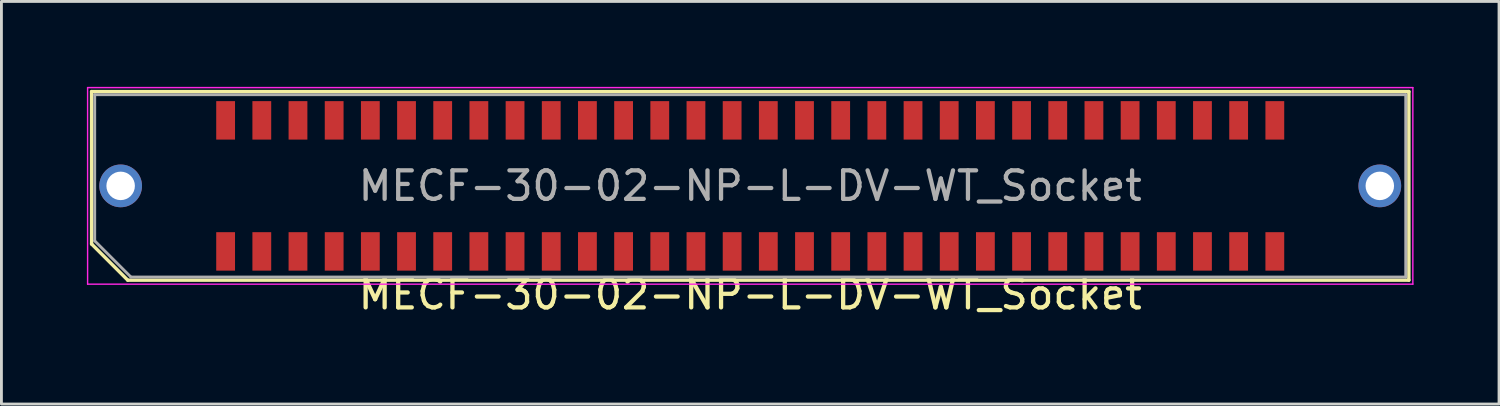
<source format=kicad_pcb>
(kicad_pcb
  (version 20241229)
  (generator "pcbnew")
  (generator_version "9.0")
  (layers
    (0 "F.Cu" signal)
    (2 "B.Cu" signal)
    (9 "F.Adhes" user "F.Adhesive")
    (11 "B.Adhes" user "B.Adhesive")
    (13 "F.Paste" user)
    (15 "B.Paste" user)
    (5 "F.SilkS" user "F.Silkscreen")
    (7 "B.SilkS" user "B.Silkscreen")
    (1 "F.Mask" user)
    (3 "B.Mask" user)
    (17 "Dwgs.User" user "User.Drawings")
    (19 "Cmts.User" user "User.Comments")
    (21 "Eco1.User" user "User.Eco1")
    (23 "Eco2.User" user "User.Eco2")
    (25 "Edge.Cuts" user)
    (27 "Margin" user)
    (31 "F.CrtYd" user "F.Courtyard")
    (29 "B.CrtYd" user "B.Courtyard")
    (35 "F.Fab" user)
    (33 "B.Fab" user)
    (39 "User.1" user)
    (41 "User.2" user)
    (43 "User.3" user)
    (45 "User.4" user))
  (footprint "MECF-30-02-NP-L-DV-WT_Socket"
    (layer "F.Cu")
    (at 23.285 3.475)
    (property "Reference" "MECF-30-02-NP-L-DV-WT_Socket" (at 0 3.81 0) (layer "F.SilkS") (effects (font (size 1 1) (thickness 0.15))))
    (attr smd)
    (fp_line (start -23.12 -3.31) (end 23.12 -3.31) (stroke (width 0.12) (type solid)) (layer "F.SilkS"))
    (fp_line (start -23.12 2.04) (end -23.12 -3.31) (stroke (width 0.12) (type solid)) (layer "F.SilkS"))
    (fp_line (start -21.85 3.31) (end -23.12 2.04) (stroke (width 0.12) (type solid)) (layer "F.SilkS"))
    (fp_line (start -21.85 3.31) (end 23.12 3.31) (stroke (width 0.12) (type solid)) (layer "F.SilkS"))
    (fp_line (start 23.12 3.31) (end 23.12 -3.31) (stroke (width 0.12) (type solid)) (layer "F.SilkS"))
    (fp_line (start -23.26 -3.45) (end -23.26 3.45) (stroke (width 0.05) (type solid)) (layer "F.CrtYd"))
    (fp_line (start -23.26 3.45) (end 23.26 3.45) (stroke (width 0.05) (type solid)) (layer "F.CrtYd"))
    (fp_line (start 23.26 -3.45) (end -23.26 -3.45) (stroke (width 0.05) (type solid)) (layer "F.CrtYd"))
    (fp_line (start 23.26 3.45) (end 23.26 -3.45) (stroke (width 0.05) (type solid)) (layer "F.CrtYd"))
    (fp_line (start -23.01 -3.2) (end 23.01 -3.2) (stroke (width 0.1) (type solid)) (layer "F.Fab"))
    (fp_line (start -23.01 1.93) (end -23.01 -3.2) (stroke (width 0.1) (type solid)) (layer "F.Fab"))
    (fp_line (start -23.01 1.93) (end -21.74 3.2) (stroke (width 0.1) (type solid)) (layer "F.Fab"))
    (fp_line (start -21.74 3.2) (end 23.01 3.2) (stroke (width 0.1) (type solid)) (layer "F.Fab"))
    (fp_line (start 23.01 3.2) (end 23.01 -3.2) (stroke (width 0.1) (type solid)) (layer "F.Fab"))
    (fp_text user "${REFERENCE}" (at 0 0 0) (layer "F.Fab") (effects (font (size 1 1) (thickness 0.15))))
    (pad "" thru_hole circle (at -22.1 0) (size 1.5 1.5) (drill 1) (layers "*.Cu" "*.Mask"))
    (pad "" np_thru_hole circle (at -20.195 0) (size 0.001 0.001) (drill 1.45) (layers "*.Cu" "*.Mask"))
    (pad "" np_thru_hole circle (at 20.195 1) (size 0.001 0.001) (drill 1.45) (layers "*.Cu" "*.Mask"))
    (pad "" thru_hole circle (at 22.1 0) (size 1.5 1.5) (drill 1) (layers "*.Cu" "*.Mask"))
    (pad "1" smd rect (at -18.415 2.3) (size 0.66 1.35) (layers "F.Cu" "F.Mask" "F.Paste"))
    (pad "2" smd rect (at -18.415 -2.3) (size 0.66 1.35) (layers "F.Cu" "F.Mask" "F.Paste"))
    (pad "3" smd rect (at -17.145 2.3) (size 0.66 1.35) (layers "F.Cu" "F.Mask" "F.Paste"))
    (pad "4" smd rect (at -17.145 -2.3) (size 0.66 1.35) (layers "F.Cu" "F.Mask" "F.Paste"))
    (pad "5" smd rect (at -15.875 2.3) (size 0.66 1.35) (layers "F.Cu" "F.Mask" "F.Paste"))
    (pad "6" smd rect (at -15.875 -2.3) (size 0.66 1.35) (layers "F.Cu" "F.Mask" "F.Paste"))
    (pad "7" smd rect (at -14.605 2.3) (size 0.66 1.35) (layers "F.Cu" "F.Mask" "F.Paste"))
    (pad "8" smd rect (at -14.605 -2.3) (size 0.66 1.35) (layers "F.Cu" "F.Mask" "F.Paste"))
    (pad "9" smd rect (at -13.335 2.3) (size 0.66 1.35) (layers "F.Cu" "F.Mask" "F.Paste"))
    (pad "10" smd rect (at -13.335 -2.3) (size 0.66 1.35) (layers "F.Cu" "F.Mask" "F.Paste"))
    (pad "11" smd rect (at -12.065 2.3) (size 0.66 1.35) (layers "F.Cu" "F.Mask" "F.Paste"))
    (pad "12" smd rect (at -12.065 -2.3) (size 0.66 1.35) (layers "F.Cu" "F.Mask" "F.Paste"))
    (pad "13" smd rect (at -10.795 2.3) (size 0.66 1.35) (layers "F.Cu" "F.Mask" "F.Paste"))
    (pad "14" smd rect (at -10.795 -2.3) (size 0.66 1.35) (layers "F.Cu" "F.Mask" "F.Paste"))
    (pad "15" smd rect (at -9.525 2.3) (size 0.66 1.35) (layers "F.Cu" "F.Mask" "F.Paste"))
    (pad "16" smd rect (at -9.525 -2.3) (size 0.66 1.35) (layers "F.Cu" "F.Mask" "F.Paste"))
    (pad "17" smd rect (at -8.255 2.3) (size 0.66 1.35) (layers "F.Cu" "F.Mask" "F.Paste"))
    (pad "18" smd rect (at -8.255 -2.3) (size 0.66 1.35) (layers "F.Cu" "F.Mask" "F.Paste"))
    (pad "19" smd rect (at -6.985 2.3) (size 0.66 1.35) (layers "F.Cu" "F.Mask" "F.Paste"))
    (pad "20" smd rect (at -6.985 -2.3) (size 0.66 1.35) (layers "F.Cu" "F.Mask" "F.Paste"))
    (pad "21" smd rect (at -5.715 2.3) (size 0.66 1.35) (layers "F.Cu" "F.Mask" "F.Paste"))
    (pad "22" smd rect (at -5.715 -2.3) (size 0.66 1.35) (layers "F.Cu" "F.Mask" "F.Paste"))
    (pad "23" smd rect (at -4.445 2.3) (size 0.66 1.35) (layers "F.Cu" "F.Mask" "F.Paste"))
    (pad "24" smd rect (at -4.445 -2.3) (size 0.66 1.35) (layers "F.Cu" "F.Mask" "F.Paste"))
    (pad "25" smd rect (at -3.175 2.3) (size 0.66 1.35) (layers "F.Cu" "F.Mask" "F.Paste"))
    (pad "26" smd rect (at -3.175 -2.3) (size 0.66 1.35) (layers "F.Cu" "F.Mask" "F.Paste"))
    (pad "27" smd rect (at -1.905 2.3) (size 0.66 1.35) (layers "F.Cu" "F.Mask" "F.Paste"))
    (pad "28" smd rect (at -1.905 -2.3) (size 0.66 1.35) (layers "F.Cu" "F.Mask" "F.Paste"))
    (pad "29" smd rect (at -0.635 2.3) (size 0.66 1.35) (layers "F.Cu" "F.Mask" "F.Paste"))
    (pad "30" smd rect (at -0.635 -2.3) (size 0.66 1.35) (layers "F.Cu" "F.Mask" "F.Paste"))
    (pad "31" smd rect (at 0.635 2.3) (size 0.66 1.35) (layers "F.Cu" "F.Mask" "F.Paste"))
    (pad "32" smd rect (at 0.635 -2.3) (size 0.66 1.35) (layers "F.Cu" "F.Mask" "F.Paste"))
    (pad "33" smd rect (at 1.905 2.3) (size 0.66 1.35) (layers "F.Cu" "F.Mask" "F.Paste"))
    (pad "34" smd rect (at 1.905 -2.3) (size 0.66 1.35) (layers "F.Cu" "F.Mask" "F.Paste"))
    (pad "35" smd rect (at 3.175 2.3) (size 0.66 1.35) (layers "F.Cu" "F.Mask" "F.Paste"))
    (pad "36" smd rect (at 3.175 -2.3) (size 0.66 1.35) (layers "F.Cu" "F.Mask" "F.Paste"))
    (pad "37" smd rect (at 4.445 2.3) (size 0.66 1.35) (layers "F.Cu" "F.Mask" "F.Paste"))
    (pad "38" smd rect (at 4.445 -2.3) (size 0.66 1.35) (layers "F.Cu" "F.Mask" "F.Paste"))
    (pad "39" smd rect (at 5.715 2.3) (size 0.66 1.35) (layers "F.Cu" "F.Mask" "F.Paste"))
    (pad "40" smd rect (at 5.715 -2.3) (size 0.66 1.35) (layers "F.Cu" "F.Mask" "F.Paste"))
    (pad "41" smd rect (at 6.985 2.3) (size 0.66 1.35) (layers "F.Cu" "F.Mask" "F.Paste"))
    (pad "42" smd rect (at 6.985 -2.3) (size 0.66 1.35) (layers "F.Cu" "F.Mask" "F.Paste"))
    (pad "43" smd rect (at 8.255 2.3) (size 0.66 1.35) (layers "F.Cu" "F.Mask" "F.Paste"))
    (pad "44" smd rect (at 8.255 -2.3) (size 0.66 1.35) (layers "F.Cu" "F.Mask" "F.Paste"))
    (pad "45" smd rect (at 9.525 2.3) (size 0.66 1.35) (layers "F.Cu" "F.Mask" "F.Paste"))
    (pad "46" smd rect (at 9.525 -2.3) (size 0.66 1.35) (layers "F.Cu" "F.Mask" "F.Paste"))
    (pad "47" smd rect (at 10.795 2.3) (size 0.66 1.35) (layers "F.Cu" "F.Mask" "F.Paste"))
    (pad "48" smd rect (at 10.795 -2.3) (size 0.66 1.35) (layers "F.Cu" "F.Mask" "F.Paste"))
    (pad "49" smd rect (at 12.065 2.3) (size 0.66 1.35) (layers "F.Cu" "F.Mask" "F.Paste"))
    (pad "50" smd rect (at 12.065 -2.3) (size 0.66 1.35) (layers "F.Cu" "F.Mask" "F.Paste"))
    (pad "51" smd rect (at 13.335 2.3) (size 0.66 1.35) (layers "F.Cu" "F.Mask" "F.Paste"))
    (pad "52" smd rect (at 13.335 -2.3) (size 0.66 1.35) (layers "F.Cu" "F.Mask" "F.Paste"))
    (pad "53" smd rect (at 14.605 2.3) (size 0.66 1.35) (layers "F.Cu" "F.Mask" "F.Paste"))
    (pad "54" smd rect (at 14.605 -2.3) (size 0.66 1.35) (layers "F.Cu" "F.Mask" "F.Paste"))
    (pad "55" smd rect (at 15.875 2.3) (size 0.66 1.35) (layers "F.Cu" "F.Mask" "F.Paste"))
    (pad "56" smd rect (at 15.875 -2.3) (size 0.66 1.35) (layers "F.Cu" "F.Mask" "F.Paste"))
    (pad "57" smd rect (at 17.145 2.3) (size 0.66 1.35) (layers "F.Cu" "F.Mask" "F.Paste"))
    (pad "58" smd rect (at 17.145 -2.3) (size 0.66 1.35) (layers "F.Cu" "F.Mask" "F.Paste"))
    (pad "59" smd rect (at 18.415 2.3) (size 0.66 1.35) (layers "F.Cu" "F.Mask" "F.Paste"))
    (pad "60" smd rect (at 18.415 -2.3) (size 0.66 1.35) (layers "F.Cu" "F.Mask" "F.Paste")))
  (gr_rect
    (start -3 -3)
    (end 49.57 11.133)
    (stroke (width 0.1) (type default))
    (fill no)
    (layer "Edge.Cuts")))
</source>
